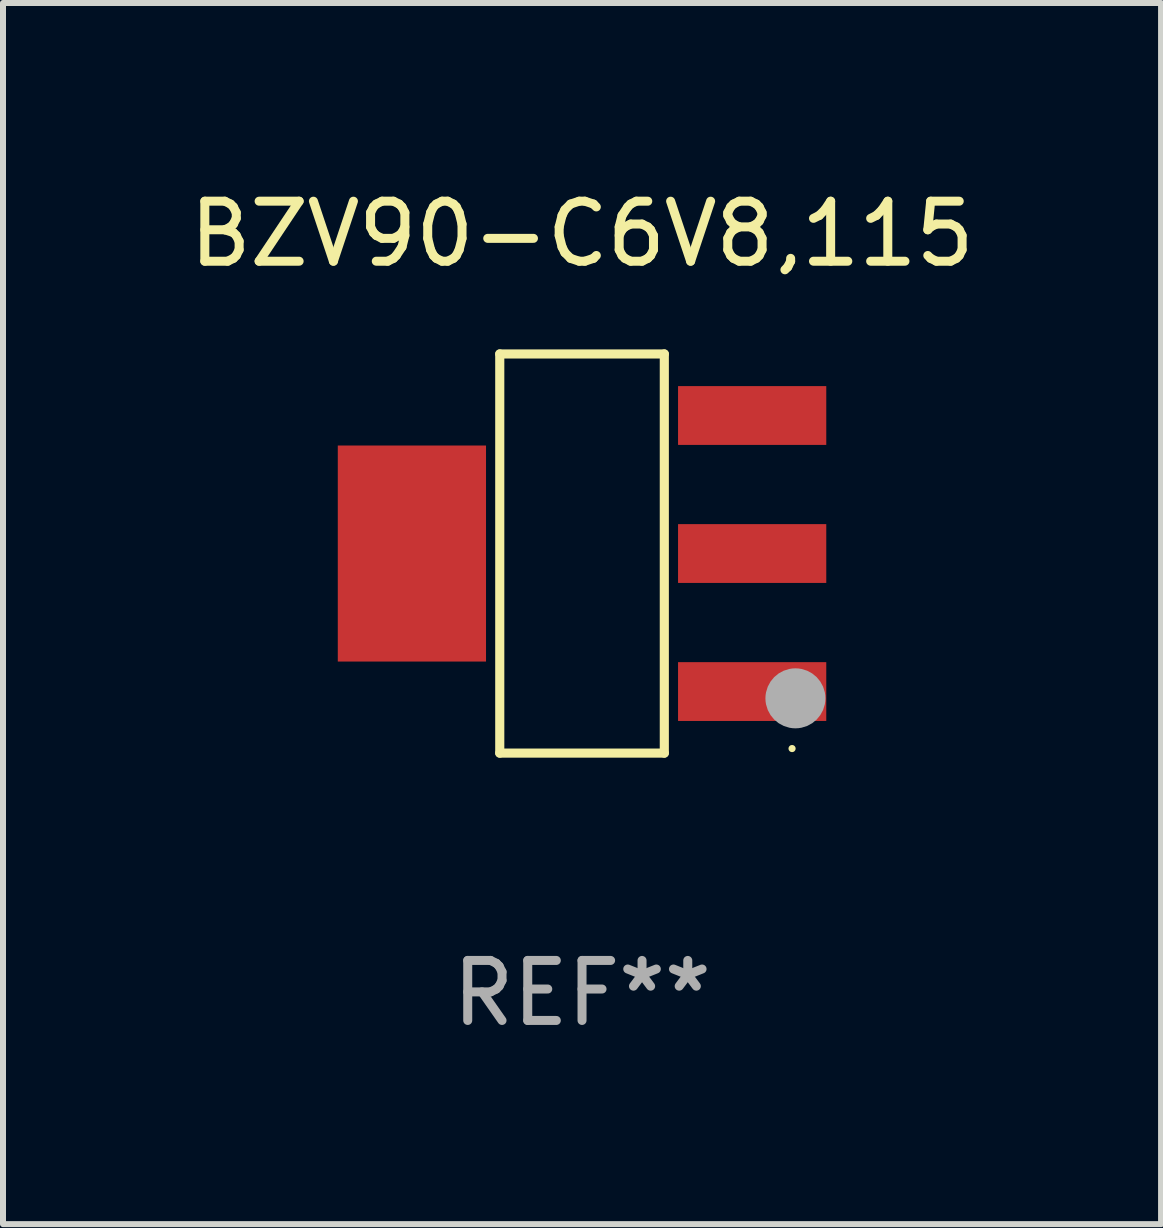
<source format=kicad_pcb>
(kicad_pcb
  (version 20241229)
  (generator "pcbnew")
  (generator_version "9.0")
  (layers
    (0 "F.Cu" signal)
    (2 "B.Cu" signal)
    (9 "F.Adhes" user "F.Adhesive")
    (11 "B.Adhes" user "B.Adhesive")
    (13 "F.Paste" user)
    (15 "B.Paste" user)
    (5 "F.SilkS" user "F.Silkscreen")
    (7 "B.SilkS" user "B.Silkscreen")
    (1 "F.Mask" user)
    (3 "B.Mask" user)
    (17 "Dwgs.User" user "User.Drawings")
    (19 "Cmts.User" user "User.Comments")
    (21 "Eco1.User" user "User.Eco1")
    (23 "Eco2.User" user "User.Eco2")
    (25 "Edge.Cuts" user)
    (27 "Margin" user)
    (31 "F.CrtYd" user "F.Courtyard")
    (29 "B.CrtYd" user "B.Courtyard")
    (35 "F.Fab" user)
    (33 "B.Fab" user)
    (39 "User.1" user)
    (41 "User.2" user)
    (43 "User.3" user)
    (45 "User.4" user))
  (footprint "BZV90-C6V8,115"
    (layer "F.Cu")
    (at 6.649 6.174)
    (property "Reference" "BZV90-C6V8,115" (at 0 -5.326 0) (layer "F.SilkS") (effects (font (size 1 1) (thickness 0.15))))
    (attr through_hole)
    (fp_line (start -1.371 -3.326) (end 1.371 -3.326) (stroke (width 0.152) (type solid)) (layer "F.SilkS"))
    (fp_line (start -1.371 3.326) (end -1.371 -3.326) (stroke (width 0.152) (type solid)) (layer "F.SilkS"))
    (fp_line (start 1.371 -3.326) (end 1.371 3.326) (stroke (width 0.152) (type solid)) (layer "F.SilkS"))
    (fp_line (start 1.371 3.326) (end -1.371 3.326) (stroke (width 0.152) (type solid)) (layer "F.SilkS"))
    (fp_circle (center 3.5 3.25) (end 3.53 3.25) (stroke (width 0.06) (type solid)) (fill no) (layer "F.SilkS"))
    (fp_circle (center 3.556 2.413) (end 3.806 2.413) (stroke (width 0.5) (type solid)) (fill no) (layer "F.Fab"))
    (fp_text user "REF**" (at 0 7.326 0) (layer "F.Fab") (effects (font (size 1 1) (thickness 0.15))))
    (pad "1" smd rect (at 2.835 2.3) (size 2.47 0.98) (layers "F.Cu" "F.Mask" "F.Paste"))
    (pad "2" smd rect (at 2.835 0) (size 2.47 0.98) (layers "F.Cu" "F.Mask" "F.Paste"))
    (pad "3" smd rect (at 2.835 -2.3) (size 2.47 0.98) (layers "F.Cu" "F.Mask" "F.Paste"))
    (pad "4" smd rect (at -2.835 0) (size 2.47 3.6) (layers "F.Cu" "F.Mask" "F.Paste")))
  (gr_rect
    (start -3 -3)
    (end 16.298 17.349)
    (stroke (width 0.1) (type default))
    (fill no)
    (layer "Edge.Cuts")))
</source>
